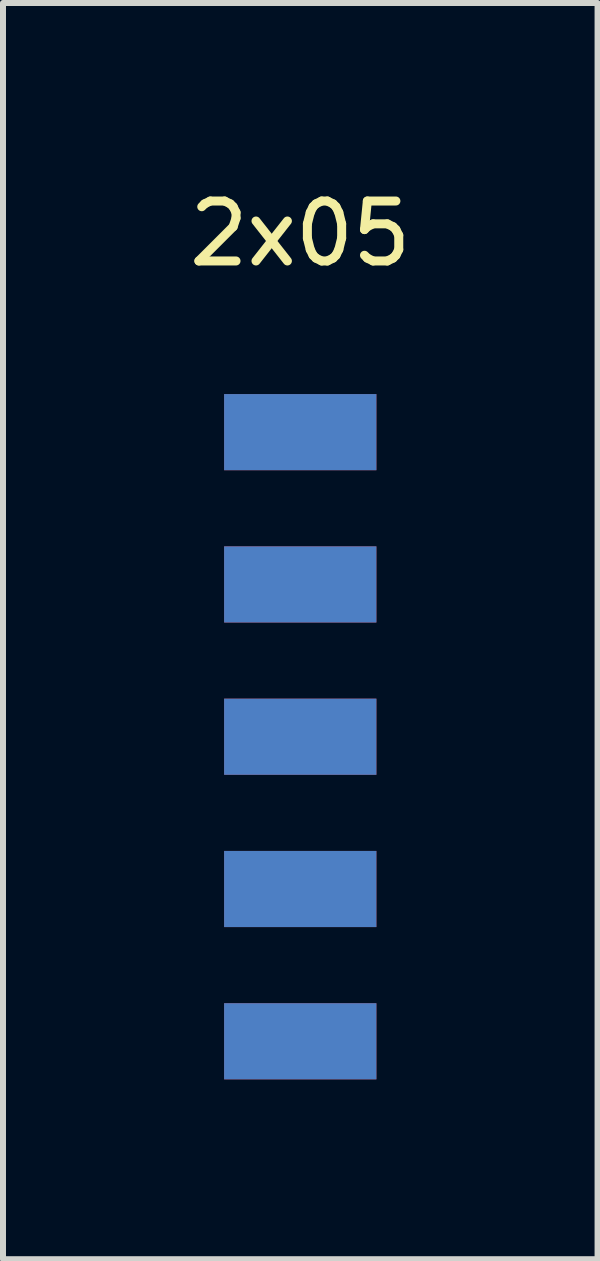
<source format=kicad_pcb>
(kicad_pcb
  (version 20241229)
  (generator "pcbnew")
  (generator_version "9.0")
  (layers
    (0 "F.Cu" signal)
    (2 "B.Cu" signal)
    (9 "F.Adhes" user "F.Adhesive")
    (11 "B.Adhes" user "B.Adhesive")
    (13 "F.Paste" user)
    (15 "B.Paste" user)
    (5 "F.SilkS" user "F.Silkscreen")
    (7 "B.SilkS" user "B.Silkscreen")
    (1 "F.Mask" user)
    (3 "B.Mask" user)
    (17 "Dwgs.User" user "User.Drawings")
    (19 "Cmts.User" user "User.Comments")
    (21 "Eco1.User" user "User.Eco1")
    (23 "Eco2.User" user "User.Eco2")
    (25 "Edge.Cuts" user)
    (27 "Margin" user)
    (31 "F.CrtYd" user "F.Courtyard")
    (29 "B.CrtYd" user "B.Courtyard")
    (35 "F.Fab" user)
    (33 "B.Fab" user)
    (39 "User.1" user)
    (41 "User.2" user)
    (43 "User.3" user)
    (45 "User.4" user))
  (footprint "2x05"
    (layer "F.Cu")
    (at 1.958 1.348)
    (property "Reference" "2x05" (at 0 -0.5 0) (unlocked yes) (layer "F.SilkS") (effects (font (size 1 1) (thickness 0.15))))
    (attr smd)
    (pad "1" smd rect (at 0 2.81) (size 2.54 1.27) (layers "F.Cu" "F.Mask" "F.Paste"))
    (pad "2" smd rect (at 0 5.35) (size 2.54 1.27) (layers "F.Cu" "F.Mask" "F.Paste"))
    (pad "3" smd rect (at 0 7.89) (size 2.54 1.27) (layers "F.Cu" "F.Mask" "F.Paste"))
    (pad "4" smd rect (at 0 10.43) (size 2.54 1.27) (layers "F.Cu" "F.Mask" "F.Paste"))
    (pad "5" smd rect (at 0 12.97) (size 2.54 1.27) (layers "F.Cu" "F.Mask" "F.Paste"))
    (pad "6" smd rect (at 0 2.81) (size 2.54 1.27) (layers "B.Cu" "B.Mask" "B.Paste"))
    (pad "7" smd rect (at 0 5.35) (size 2.54 1.27) (layers "B.Cu" "B.Mask" "B.Paste"))
    (pad "8" smd rect (at 0 7.89) (size 2.54 1.27) (layers "B.Cu" "B.Mask" "B.Paste"))
    (pad "9" smd rect (at 0 10.43) (size 2.54 1.27) (layers "B.Cu" "B.Mask" "B.Paste"))
    (pad "10" smd rect (at 0 12.97) (size 2.54 1.27) (layers "B.Cu" "B.Mask" "B.Paste")))
  (gr_rect
    (start -3 -3)
    (end 6.917 17.953)
    (stroke (width 0.1) (type default))
    (fill no)
    (layer "Edge.Cuts")))
</source>
